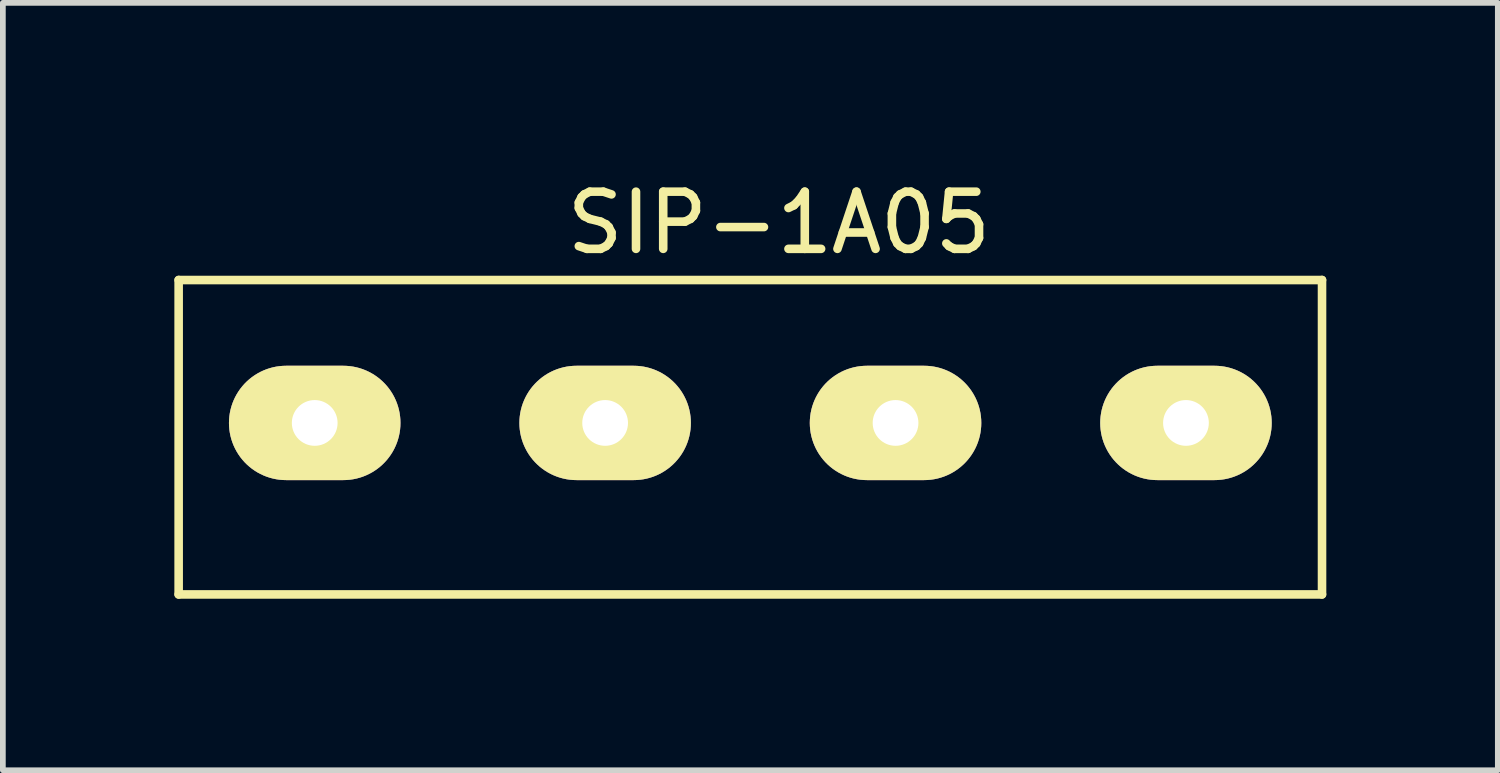
<source format=kicad_pcb>
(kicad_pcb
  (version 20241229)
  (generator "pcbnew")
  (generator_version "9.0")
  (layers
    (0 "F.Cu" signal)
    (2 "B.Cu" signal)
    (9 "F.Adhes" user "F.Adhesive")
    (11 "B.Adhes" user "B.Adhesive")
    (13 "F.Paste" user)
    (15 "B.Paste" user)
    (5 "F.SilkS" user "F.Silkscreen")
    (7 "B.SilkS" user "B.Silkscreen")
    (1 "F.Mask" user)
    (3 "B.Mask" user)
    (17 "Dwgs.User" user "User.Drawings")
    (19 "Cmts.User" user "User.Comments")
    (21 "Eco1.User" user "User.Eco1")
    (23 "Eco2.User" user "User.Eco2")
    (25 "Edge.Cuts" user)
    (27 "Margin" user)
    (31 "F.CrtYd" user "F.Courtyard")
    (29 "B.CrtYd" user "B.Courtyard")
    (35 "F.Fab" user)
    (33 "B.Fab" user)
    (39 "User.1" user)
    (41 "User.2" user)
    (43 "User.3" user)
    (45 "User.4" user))
  (footprint "SIP-1A05"
    (layer "F.Cu")
    (at 10.075 4.348)
    (property "Reference" "SIP-1A05" (at 0.5 -3.5 0) (layer "F.SilkS") (effects (font (size 1 1) (thickness 0.15))))
    (attr through_hole)
    (fp_line (start -10 -2.5) (end -10 3) (stroke (width 0.15) (type solid)) (layer "F.SilkS"))
    (fp_line (start -10 3) (end 10 3) (stroke (width 0.15) (type solid)) (layer "F.SilkS"))
    (fp_line (start 10 -2.5) (end -10 -2.5) (stroke (width 0.15) (type solid)) (layer "F.SilkS"))
    (fp_line (start 10 3) (end 10 -2.5) (stroke (width 0.15) (type solid)) (layer "F.SilkS"))
    (pad "1" thru_hole oval (at -7.62 0) (size 3 2) (drill 0.8) (layers "*.Cu" "*.Mask" "F.SilkS"))
    (pad "3" thru_hole oval (at -2.54 0) (size 3 2) (drill 0.8) (layers "*.Cu" "*.Mask" "F.SilkS"))
    (pad "5" thru_hole oval (at 2.54 0) (size 3 2) (drill 0.8) (layers "*.Cu" "*.Mask" "F.SilkS"))
    (pad "7" thru_hole oval (at 7.62 0) (size 3 2) (drill 0.8) (layers "*.Cu" "*.Mask" "F.SilkS")))
  (gr_rect
    (start -3 -3)
    (end 23.15 10.423)
    (stroke (width 0.1) (type default))
    (fill no)
    (layer "Edge.Cuts")))
</source>
